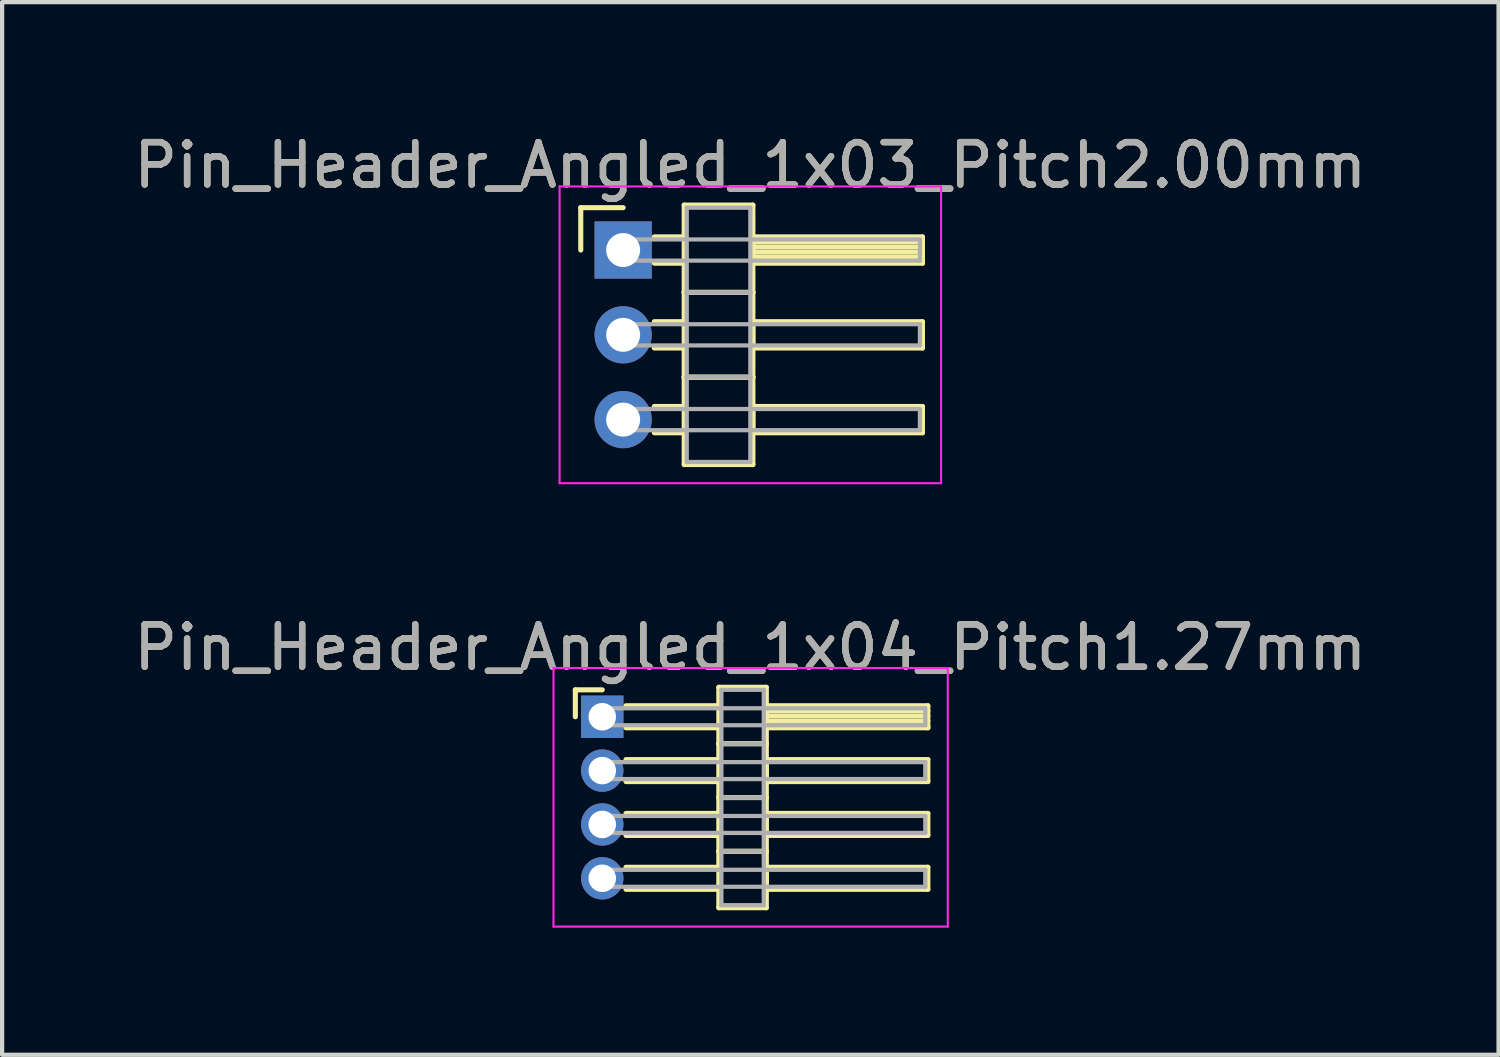
<source format=kicad_pcb>
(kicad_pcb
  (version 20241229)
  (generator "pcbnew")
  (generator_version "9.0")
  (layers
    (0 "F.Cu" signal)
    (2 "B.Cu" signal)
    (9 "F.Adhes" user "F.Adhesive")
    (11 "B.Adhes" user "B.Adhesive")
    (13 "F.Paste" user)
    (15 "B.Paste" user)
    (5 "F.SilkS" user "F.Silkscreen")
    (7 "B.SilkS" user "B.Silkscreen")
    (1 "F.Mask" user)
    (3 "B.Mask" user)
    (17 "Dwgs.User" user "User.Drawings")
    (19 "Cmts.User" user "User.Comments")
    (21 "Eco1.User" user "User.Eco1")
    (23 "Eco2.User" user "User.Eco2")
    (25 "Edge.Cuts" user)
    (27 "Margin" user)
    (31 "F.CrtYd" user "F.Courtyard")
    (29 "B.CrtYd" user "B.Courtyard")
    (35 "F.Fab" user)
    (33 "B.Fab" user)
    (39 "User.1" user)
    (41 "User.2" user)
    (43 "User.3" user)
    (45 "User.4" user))
  (footprint "Pin_Header_Angled_1x03_Pitch2.00mm"
    (layer "F.Cu")
    (at 11.649 2.848)
    (property "Reference" "Pin_Header_Angled_1x03_Pitch2.00mm" (at 3 -2 0) (layer "F.SilkS") (effects (font (size 1 1) (thickness 0.15))))
    (attr through_hole)
    (fp_line (start -1 -1) (end 0 -1) (stroke (width 0.12) (type solid)) (layer "F.SilkS"))
    (fp_line (start -1 0) (end -1 -1) (stroke (width 0.12) (type solid)) (layer "F.SilkS"))
    (fp_line (start 0.735 -0.31) (end 1.44 -0.31) (stroke (width 0.12) (type solid)) (layer "F.SilkS"))
    (fp_line (start 0.735 0.31) (end 1.44 0.31) (stroke (width 0.12) (type solid)) (layer "F.SilkS"))
    (fp_line (start 0.735 1.69) (end 1.44 1.69) (stroke (width 0.12) (type solid)) (layer "F.SilkS"))
    (fp_line (start 0.735 2.31) (end 1.44 2.31) (stroke (width 0.12) (type solid)) (layer "F.SilkS"))
    (fp_line (start 0.735 3.69) (end 1.44 3.69) (stroke (width 0.12) (type solid)) (layer "F.SilkS"))
    (fp_line (start 0.735 4.31) (end 1.44 4.31) (stroke (width 0.12) (type solid)) (layer "F.SilkS"))
    (fp_line (start 1.44 -1.06) (end 1.44 1) (stroke (width 0.12) (type solid)) (layer "F.SilkS"))
    (fp_line (start 1.44 1) (end 1.44 3) (stroke (width 0.12) (type solid)) (layer "F.SilkS"))
    (fp_line (start 1.44 1) (end 3.06 1) (stroke (width 0.12) (type solid)) (layer "F.SilkS"))
    (fp_line (start 1.44 3) (end 1.44 5.06) (stroke (width 0.12) (type solid)) (layer "F.SilkS"))
    (fp_line (start 1.44 3) (end 3.06 3) (stroke (width 0.12) (type solid)) (layer "F.SilkS"))
    (fp_line (start 1.44 5.06) (end 3.06 5.06) (stroke (width 0.12) (type solid)) (layer "F.SilkS"))
    (fp_line (start 3.06 -1.06) (end 1.44 -1.06) (stroke (width 0.12) (type solid)) (layer "F.SilkS"))
    (fp_line (start 3.06 -0.31) (end 3.06 0.31) (stroke (width 0.12) (type solid)) (layer "F.SilkS"))
    (fp_line (start 3.06 -0.19) (end 7.06 -0.19) (stroke (width 0.12) (type solid)) (layer "F.SilkS"))
    (fp_line (start 3.06 -0.07) (end 7.06 -0.07) (stroke (width 0.12) (type solid)) (layer "F.SilkS"))
    (fp_line (start 3.06 0.05) (end 7.06 0.05) (stroke (width 0.12) (type solid)) (layer "F.SilkS"))
    (fp_line (start 3.06 0.17) (end 7.06 0.17) (stroke (width 0.12) (type solid)) (layer "F.SilkS"))
    (fp_line (start 3.06 0.29) (end 7.06 0.29) (stroke (width 0.12) (type solid)) (layer "F.SilkS"))
    (fp_line (start 3.06 0.31) (end 7.06 0.31) (stroke (width 0.12) (type solid)) (layer "F.SilkS"))
    (fp_line (start 3.06 1) (end 1.44 1) (stroke (width 0.12) (type solid)) (layer "F.SilkS"))
    (fp_line (start 3.06 1) (end 3.06 -1.06) (stroke (width 0.12) (type solid)) (layer "F.SilkS"))
    (fp_line (start 3.06 1.69) (end 3.06 2.31) (stroke (width 0.12) (type solid)) (layer "F.SilkS"))
    (fp_line (start 3.06 2.31) (end 7.06 2.31) (stroke (width 0.12) (type solid)) (layer "F.SilkS"))
    (fp_line (start 3.06 3) (end 1.44 3) (stroke (width 0.12) (type solid)) (layer "F.SilkS"))
    (fp_line (start 3.06 3) (end 3.06 1) (stroke (width 0.12) (type solid)) (layer "F.SilkS"))
    (fp_line (start 3.06 3.69) (end 3.06 4.31) (stroke (width 0.12) (type solid)) (layer "F.SilkS"))
    (fp_line (start 3.06 4.31) (end 7.06 4.31) (stroke (width 0.12) (type solid)) (layer "F.SilkS"))
    (fp_line (start 3.06 5.06) (end 3.06 3) (stroke (width 0.12) (type solid)) (layer "F.SilkS"))
    (fp_line (start 7.06 -0.31) (end 3.06 -0.31) (stroke (width 0.12) (type solid)) (layer "F.SilkS"))
    (fp_line (start 7.06 0.31) (end 7.06 -0.31) (stroke (width 0.12) (type solid)) (layer "F.SilkS"))
    (fp_line (start 7.06 1.69) (end 3.06 1.69) (stroke (width 0.12) (type solid)) (layer "F.SilkS"))
    (fp_line (start 7.06 2.31) (end 7.06 1.69) (stroke (width 0.12) (type solid)) (layer "F.SilkS"))
    (fp_line (start 7.06 3.69) (end 3.06 3.69) (stroke (width 0.12) (type solid)) (layer "F.SilkS"))
    (fp_line (start 7.06 4.31) (end 7.06 3.69) (stroke (width 0.12) (type solid)) (layer "F.SilkS"))
    (fp_line (start -1.5 -1.5) (end -1.5 5.5) (stroke (width 0.05) (type solid)) (layer "F.CrtYd"))
    (fp_line (start -1.5 5.5) (end 7.5 5.5) (stroke (width 0.05) (type solid)) (layer "F.CrtYd"))
    (fp_line (start 7.5 -1.5) (end -1.5 -1.5) (stroke (width 0.05) (type solid)) (layer "F.CrtYd"))
    (fp_line (start 7.5 5.5) (end 7.5 -1.5) (stroke (width 0.05) (type solid)) (layer "F.CrtYd"))
    (fp_line (start 0 -0.25) (end 0 0.25) (stroke (width 0.1) (type solid)) (layer "F.Fab"))
    (fp_line (start 0 0.25) (end 7 0.25) (stroke (width 0.1) (type solid)) (layer "F.Fab"))
    (fp_line (start 0 1.75) (end 0 2.25) (stroke (width 0.1) (type solid)) (layer "F.Fab"))
    (fp_line (start 0 2.25) (end 7 2.25) (stroke (width 0.1) (type solid)) (layer "F.Fab"))
    (fp_line (start 0 3.75) (end 0 4.25) (stroke (width 0.1) (type solid)) (layer "F.Fab"))
    (fp_line (start 0 4.25) (end 7 4.25) (stroke (width 0.1) (type solid)) (layer "F.Fab"))
    (fp_line (start 1.5 -1) (end 1.5 1) (stroke (width 0.1) (type solid)) (layer "F.Fab"))
    (fp_line (start 1.5 1) (end 1.5 3) (stroke (width 0.1) (type solid)) (layer "F.Fab"))
    (fp_line (start 1.5 1) (end 3 1) (stroke (width 0.1) (type solid)) (layer "F.Fab"))
    (fp_line (start 1.5 3) (end 1.5 5) (stroke (width 0.1) (type solid)) (layer "F.Fab"))
    (fp_line (start 1.5 3) (end 3 3) (stroke (width 0.1) (type solid)) (layer "F.Fab"))
    (fp_line (start 1.5 5) (end 3 5) (stroke (width 0.1) (type solid)) (layer "F.Fab"))
    (fp_line (start 3 -1) (end 1.5 -1) (stroke (width 0.1) (type solid)) (layer "F.Fab"))
    (fp_line (start 3 1) (end 1.5 1) (stroke (width 0.1) (type solid)) (layer "F.Fab"))
    (fp_line (start 3 1) (end 3 -1) (stroke (width 0.1) (type solid)) (layer "F.Fab"))
    (fp_line (start 3 3) (end 1.5 3) (stroke (width 0.1) (type solid)) (layer "F.Fab"))
    (fp_line (start 3 3) (end 3 1) (stroke (width 0.1) (type solid)) (layer "F.Fab"))
    (fp_line (start 3 5) (end 3 3) (stroke (width 0.1) (type solid)) (layer "F.Fab"))
    (fp_line (start 7 -0.25) (end 0 -0.25) (stroke (width 0.1) (type solid)) (layer "F.Fab"))
    (fp_line (start 7 0.25) (end 7 -0.25) (stroke (width 0.1) (type solid)) (layer "F.Fab"))
    (fp_line (start 7 1.75) (end 0 1.75) (stroke (width 0.1) (type solid)) (layer "F.Fab"))
    (fp_line (start 7 2.25) (end 7 1.75) (stroke (width 0.1) (type solid)) (layer "F.Fab"))
    (fp_line (start 7 3.75) (end 0 3.75) (stroke (width 0.1) (type solid)) (layer "F.Fab"))
    (fp_line (start 7 4.25) (end 7 3.75) (stroke (width 0.1) (type solid)) (layer "F.Fab"))
    (fp_text user "${REFERENCE}" (at 3 -2 0) (layer "F.Fab") (effects (font (size 1 1) (thickness 0.15))))
    (pad "1" thru_hole rect (at 0 0) (size 1.35 1.35) (drill 0.8) (layers "*.Cu" "*.Mask"))
    (pad "2" thru_hole oval (at 0 2) (size 1.35 1.35) (drill 0.8) (layers "*.Cu" "*.Mask"))
    (pad "3" thru_hole oval (at 0 4) (size 1.35 1.35) (drill 0.8) (layers "*.Cu" "*.Mask")))
  (footprint "Pin_Header_Angled_1x04_Pitch1.27mm"
    (layer "F.Cu")
    (at 11.156 13.857)
    (property "Reference" "Pin_Header_Angled_1x04_Pitch1.27mm" (at 3.493 -1.635 0) (layer "F.SilkS") (effects (font (size 1 1) (thickness 0.15))))
    (attr through_hole)
    (fp_line (start -0.635 -0.635) (end 0 -0.635) (stroke (width 0.12) (type solid)) (layer "F.SilkS"))
    (fp_line (start -0.635 0) (end -0.635 -0.635) (stroke (width 0.12) (type solid)) (layer "F.SilkS"))
    (fp_line (start 0.56 -0.26) (end 2.75 -0.26) (stroke (width 0.12) (type solid)) (layer "F.SilkS"))
    (fp_line (start 0.56 0.26) (end 2.75 0.26) (stroke (width 0.12) (type solid)) (layer "F.SilkS"))
    (fp_line (start 0.56 1.01) (end 2.75 1.01) (stroke (width 0.12) (type solid)) (layer "F.SilkS"))
    (fp_line (start 0.56 1.53) (end 2.75 1.53) (stroke (width 0.12) (type solid)) (layer "F.SilkS"))
    (fp_line (start 0.56 2.28) (end 2.75 2.28) (stroke (width 0.12) (type solid)) (layer "F.SilkS"))
    (fp_line (start 0.56 2.8) (end 2.75 2.8) (stroke (width 0.12) (type solid)) (layer "F.SilkS"))
    (fp_line (start 0.56 3.55) (end 2.75 3.55) (stroke (width 0.12) (type solid)) (layer "F.SilkS"))
    (fp_line (start 0.56 4.07) (end 2.75 4.07) (stroke (width 0.12) (type solid)) (layer "F.SilkS"))
    (fp_line (start 2.75 -0.695) (end 2.75 0.635) (stroke (width 0.12) (type solid)) (layer "F.SilkS"))
    (fp_line (start 2.75 0.635) (end 2.75 1.905) (stroke (width 0.12) (type solid)) (layer "F.SilkS"))
    (fp_line (start 2.75 0.635) (end 3.87 0.635) (stroke (width 0.12) (type solid)) (layer "F.SilkS"))
    (fp_line (start 2.75 1.905) (end 2.75 3.175) (stroke (width 0.12) (type solid)) (layer "F.SilkS"))
    (fp_line (start 2.75 1.905) (end 3.87 1.905) (stroke (width 0.12) (type solid)) (layer "F.SilkS"))
    (fp_line (start 2.75 3.175) (end 2.75 4.505) (stroke (width 0.12) (type solid)) (layer "F.SilkS"))
    (fp_line (start 2.75 3.175) (end 3.87 3.175) (stroke (width 0.12) (type solid)) (layer "F.SilkS"))
    (fp_line (start 2.75 4.505) (end 3.87 4.505) (stroke (width 0.12) (type solid)) (layer "F.SilkS"))
    (fp_line (start 3.87 -0.695) (end 2.75 -0.695) (stroke (width 0.12) (type solid)) (layer "F.SilkS"))
    (fp_line (start 3.87 -0.26) (end 3.87 0.26) (stroke (width 0.12) (type solid)) (layer "F.SilkS"))
    (fp_line (start 3.87 -0.14) (end 7.68 -0.14) (stroke (width 0.12) (type solid)) (layer "F.SilkS"))
    (fp_line (start 3.87 -0.02) (end 7.68 -0.02) (stroke (width 0.12) (type solid)) (layer "F.SilkS"))
    (fp_line (start 3.87 0.1) (end 7.68 0.1) (stroke (width 0.12) (type solid)) (layer "F.SilkS"))
    (fp_line (start 3.87 0.22) (end 7.68 0.22) (stroke (width 0.12) (type solid)) (layer "F.SilkS"))
    (fp_line (start 3.87 0.26) (end 7.68 0.26) (stroke (width 0.12) (type solid)) (layer "F.SilkS"))
    (fp_line (start 3.87 0.635) (end 2.75 0.635) (stroke (width 0.12) (type solid)) (layer "F.SilkS"))
    (fp_line (start 3.87 0.635) (end 3.87 -0.695) (stroke (width 0.12) (type solid)) (layer "F.SilkS"))
    (fp_line (start 3.87 1.01) (end 3.87 1.53) (stroke (width 0.12) (type solid)) (layer "F.SilkS"))
    (fp_line (start 3.87 1.53) (end 7.68 1.53) (stroke (width 0.12) (type solid)) (layer "F.SilkS"))
    (fp_line (start 3.87 1.905) (end 2.75 1.905) (stroke (width 0.12) (type solid)) (layer "F.SilkS"))
    (fp_line (start 3.87 1.905) (end 3.87 0.635) (stroke (width 0.12) (type solid)) (layer "F.SilkS"))
    (fp_line (start 3.87 2.28) (end 3.87 2.8) (stroke (width 0.12) (type solid)) (layer "F.SilkS"))
    (fp_line (start 3.87 2.8) (end 7.68 2.8) (stroke (width 0.12) (type solid)) (layer "F.SilkS"))
    (fp_line (start 3.87 3.175) (end 2.75 3.175) (stroke (width 0.12) (type solid)) (layer "F.SilkS"))
    (fp_line (start 3.87 3.175) (end 3.87 1.905) (stroke (width 0.12) (type solid)) (layer "F.SilkS"))
    (fp_line (start 3.87 3.55) (end 3.87 4.07) (stroke (width 0.12) (type solid)) (layer "F.SilkS"))
    (fp_line (start 3.87 4.07) (end 7.68 4.07) (stroke (width 0.12) (type solid)) (layer "F.SilkS"))
    (fp_line (start 3.87 4.505) (end 3.87 3.175) (stroke (width 0.12) (type solid)) (layer "F.SilkS"))
    (fp_line (start 7.68 -0.26) (end 3.87 -0.26) (stroke (width 0.12) (type solid)) (layer "F.SilkS"))
    (fp_line (start 7.68 0.26) (end 7.68 -0.26) (stroke (width 0.12) (type solid)) (layer "F.SilkS"))
    (fp_line (start 7.68 1.01) (end 3.87 1.01) (stroke (width 0.12) (type solid)) (layer "F.SilkS"))
    (fp_line (start 7.68 1.53) (end 7.68 1.01) (stroke (width 0.12) (type solid)) (layer "F.SilkS"))
    (fp_line (start 7.68 2.28) (end 3.87 2.28) (stroke (width 0.12) (type solid)) (layer "F.SilkS"))
    (fp_line (start 7.68 2.8) (end 7.68 2.28) (stroke (width 0.12) (type solid)) (layer "F.SilkS"))
    (fp_line (start 7.68 3.55) (end 3.87 3.55) (stroke (width 0.12) (type solid)) (layer "F.SilkS"))
    (fp_line (start 7.68 4.07) (end 7.68 3.55) (stroke (width 0.12) (type solid)) (layer "F.SilkS"))
    (fp_line (start -1.15 -1.15) (end -1.15 4.95) (stroke (width 0.05) (type solid)) (layer "F.CrtYd"))
    (fp_line (start -1.15 4.95) (end 8.15 4.95) (stroke (width 0.05) (type solid)) (layer "F.CrtYd"))
    (fp_line (start 8.15 -1.15) (end -1.15 -1.15) (stroke (width 0.05) (type solid)) (layer "F.CrtYd"))
    (fp_line (start 8.15 4.95) (end 8.15 -1.15) (stroke (width 0.05) (type solid)) (layer "F.CrtYd"))
    (fp_line (start 0 -0.2) (end 0 0.2) (stroke (width 0.1) (type solid)) (layer "F.Fab"))
    (fp_line (start 0 0.2) (end 7.62 0.2) (stroke (width 0.1) (type solid)) (layer "F.Fab"))
    (fp_line (start 0 1.07) (end 0 1.47) (stroke (width 0.1) (type solid)) (layer "F.Fab"))
    (fp_line (start 0 1.47) (end 7.62 1.47) (stroke (width 0.1) (type solid)) (layer "F.Fab"))
    (fp_line (start 0 2.34) (end 0 2.74) (stroke (width 0.1) (type solid)) (layer "F.Fab"))
    (fp_line (start 0 2.74) (end 7.62 2.74) (stroke (width 0.1) (type solid)) (layer "F.Fab"))
    (fp_line (start 0 3.61) (end 0 4.01) (stroke (width 0.1) (type solid)) (layer "F.Fab"))
    (fp_line (start 0 4.01) (end 7.62 4.01) (stroke (width 0.1) (type solid)) (layer "F.Fab"))
    (fp_line (start 2.81 -0.635) (end 2.81 0.635) (stroke (width 0.1) (type solid)) (layer "F.Fab"))
    (fp_line (start 2.81 0.635) (end 2.81 1.905) (stroke (width 0.1) (type solid)) (layer "F.Fab"))
    (fp_line (start 2.81 0.635) (end 3.81 0.635) (stroke (width 0.1) (type solid)) (layer "F.Fab"))
    (fp_line (start 2.81 1.905) (end 2.81 3.175) (stroke (width 0.1) (type solid)) (layer "F.Fab"))
    (fp_line (start 2.81 1.905) (end 3.81 1.905) (stroke (width 0.1) (type solid)) (layer "F.Fab"))
    (fp_line (start 2.81 3.175) (end 2.81 4.445) (stroke (width 0.1) (type solid)) (layer "F.Fab"))
    (fp_line (start 2.81 3.175) (end 3.81 3.175) (stroke (width 0.1) (type solid)) (layer "F.Fab"))
    (fp_line (start 2.81 4.445) (end 3.81 4.445) (stroke (width 0.1) (type solid)) (layer "F.Fab"))
    (fp_line (start 3.81 -0.635) (end 2.81 -0.635) (stroke (width 0.1) (type solid)) (layer "F.Fab"))
    (fp_line (start 3.81 0.635) (end 2.81 0.635) (stroke (width 0.1) (type solid)) (layer "F.Fab"))
    (fp_line (start 3.81 0.635) (end 3.81 -0.635) (stroke (width 0.1) (type solid)) (layer "F.Fab"))
    (fp_line (start 3.81 1.905) (end 2.81 1.905) (stroke (width 0.1) (type solid)) (layer "F.Fab"))
    (fp_line (start 3.81 1.905) (end 3.81 0.635) (stroke (width 0.1) (type solid)) (layer "F.Fab"))
    (fp_line (start 3.81 3.175) (end 2.81 3.175) (stroke (width 0.1) (type solid)) (layer "F.Fab"))
    (fp_line (start 3.81 3.175) (end 3.81 1.905) (stroke (width 0.1) (type solid)) (layer "F.Fab"))
    (fp_line (start 3.81 4.445) (end 3.81 3.175) (stroke (width 0.1) (type solid)) (layer "F.Fab"))
    (fp_line (start 7.62 -0.2) (end 0 -0.2) (stroke (width 0.1) (type solid)) (layer "F.Fab"))
    (fp_line (start 7.62 0.2) (end 7.62 -0.2) (stroke (width 0.1) (type solid)) (layer "F.Fab"))
    (fp_line (start 7.62 1.07) (end 0 1.07) (stroke (width 0.1) (type solid)) (layer "F.Fab"))
    (fp_line (start 7.62 1.47) (end 7.62 1.07) (stroke (width 0.1) (type solid)) (layer "F.Fab"))
    (fp_line (start 7.62 2.34) (end 0 2.34) (stroke (width 0.1) (type solid)) (layer "F.Fab"))
    (fp_line (start 7.62 2.74) (end 7.62 2.34) (stroke (width 0.1) (type solid)) (layer "F.Fab"))
    (fp_line (start 7.62 3.61) (end 0 3.61) (stroke (width 0.1) (type solid)) (layer "F.Fab"))
    (fp_line (start 7.62 4.01) (end 7.62 3.61) (stroke (width 0.1) (type solid)) (layer "F.Fab"))
    (fp_text user "${REFERENCE}" (at 3.493 -1.635 0) (layer "F.Fab") (effects (font (size 1 1) (thickness 0.15))))
    (pad "1" thru_hole rect (at 0 0) (size 1 1) (drill 0.65) (layers "*.Cu" "*.Mask"))
    (pad "2" thru_hole oval (at 0 1.27) (size 1 1) (drill 0.65) (layers "*.Cu" "*.Mask"))
    (pad "3" thru_hole oval (at 0 2.54) (size 1 1) (drill 0.65) (layers "*.Cu" "*.Mask"))
    (pad "4" thru_hole oval (at 0 3.81) (size 1 1) (drill 0.65) (layers "*.Cu" "*.Mask")))
  (gr_rect
    (start -3 -3)
    (end 32.298 21.831)
    (stroke (width 0.1) (type default))
    (fill no)
    (layer "Edge.Cuts")))
</source>
